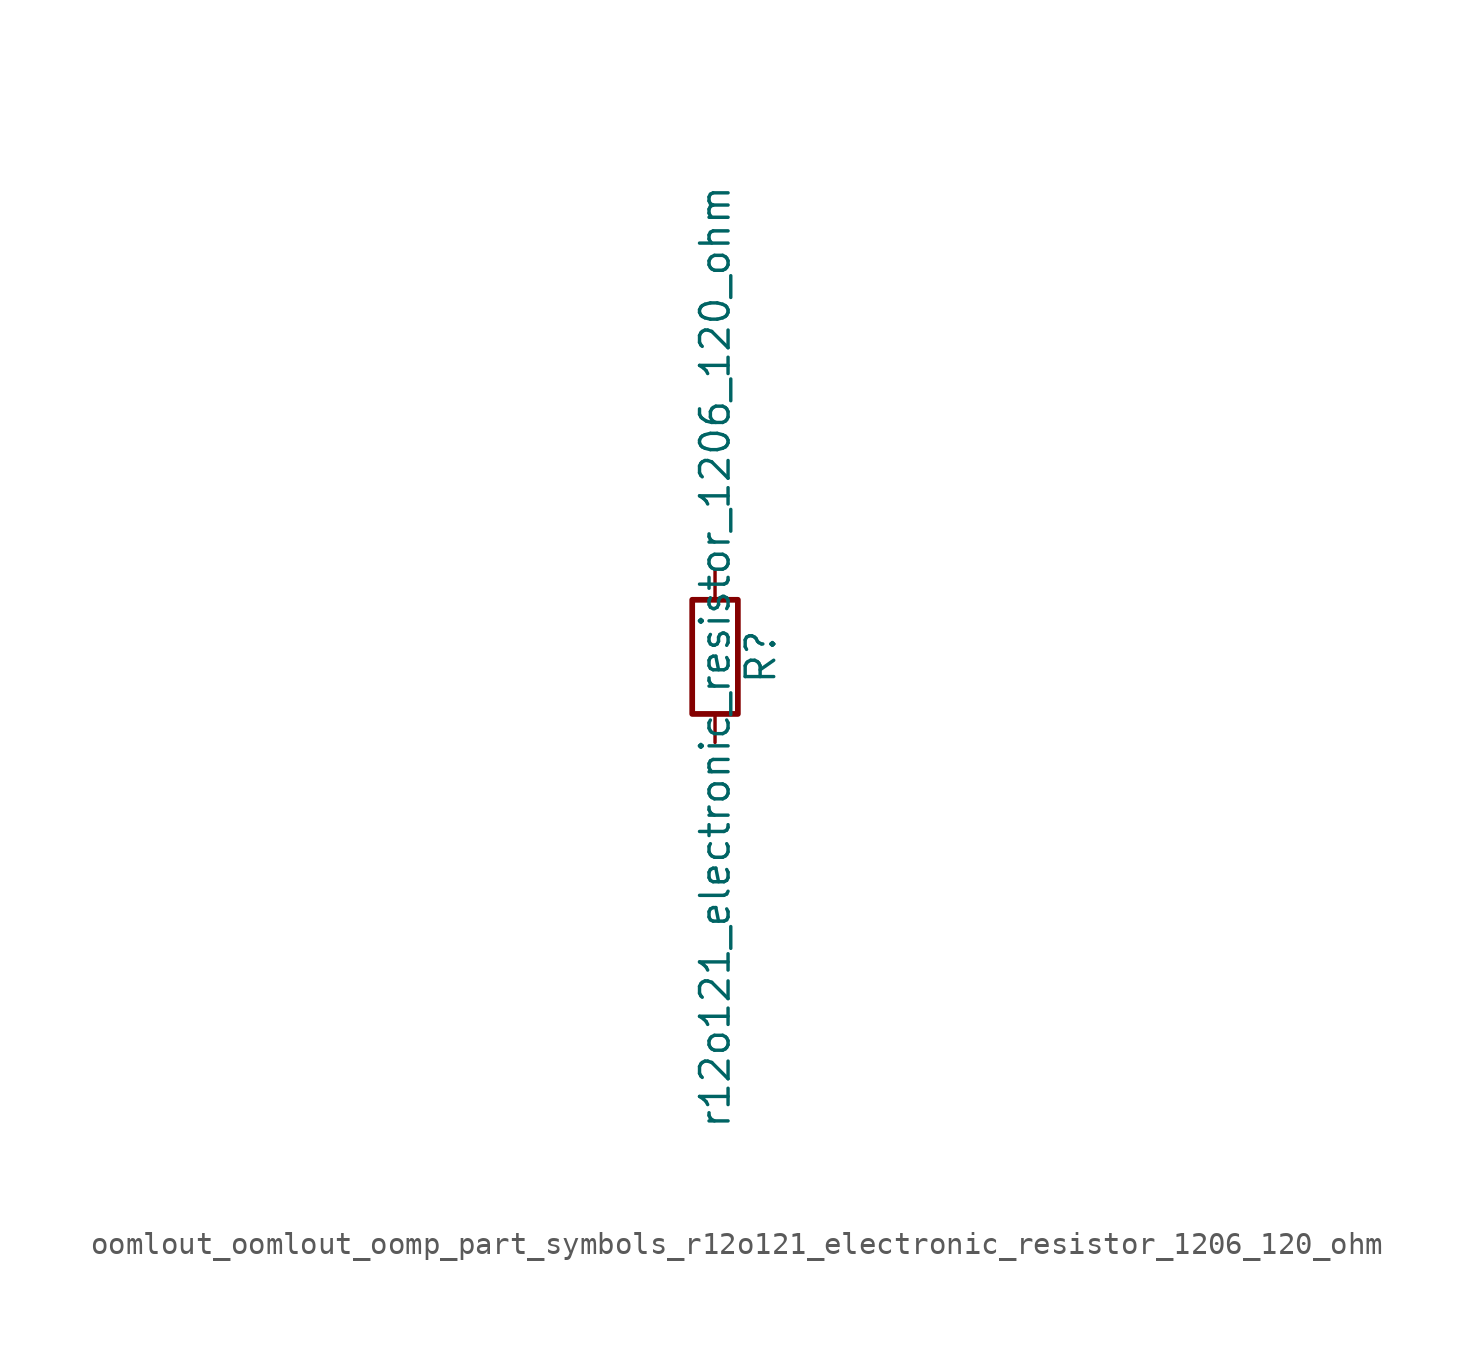
<source format=kicad_sym>
(kicad_symbol_lib
  (version 20220914)
  (generator kicad_symbol_editor)
  (symbol "oomlout_oomlout_oomp_part_symbols_r12o121_electronic_resistor_1206_120_ohm"
    (pin_numbers hide)
    (pin_names
      (offset 0))
    (property "Reference" "R"
      (at 2.032 0 90)
      (effects (font (size 1.27 1.27))))
    (property "Value" "r12o121_electronic_resistor_1206_120_ohm"
      (at 0 0 90)
      (effects (font (size 1.27 1.27))))
    (symbol "oomlout_oomlout_oomp_part_symbols_r12o121_electronic_resistor_1206_120_ohm_0_1"
      (rectangle (start -1.016 -2.54) (end 1.016 2.54) (stroke (width 0.254) (type default)) (fill (type none))))
    (symbol "oomlout_oomlout_oomp_part_symbols_r12o121_electronic_resistor_1206_120_ohm_1_1"
      (pin passive line (at 0 3.81 270) (length 1.27) (name "~" (effects (font (size 1.27 1.27)))) (number "1" (effects (font (size 1.27 1.27)))))
      (pin passive line (at 0 -3.81 90) (length 1.27) (name "~" (effects (font (size 1.27 1.27)))) (number "2" (effects (font (size 1.27 1.27))))))))
</source>
